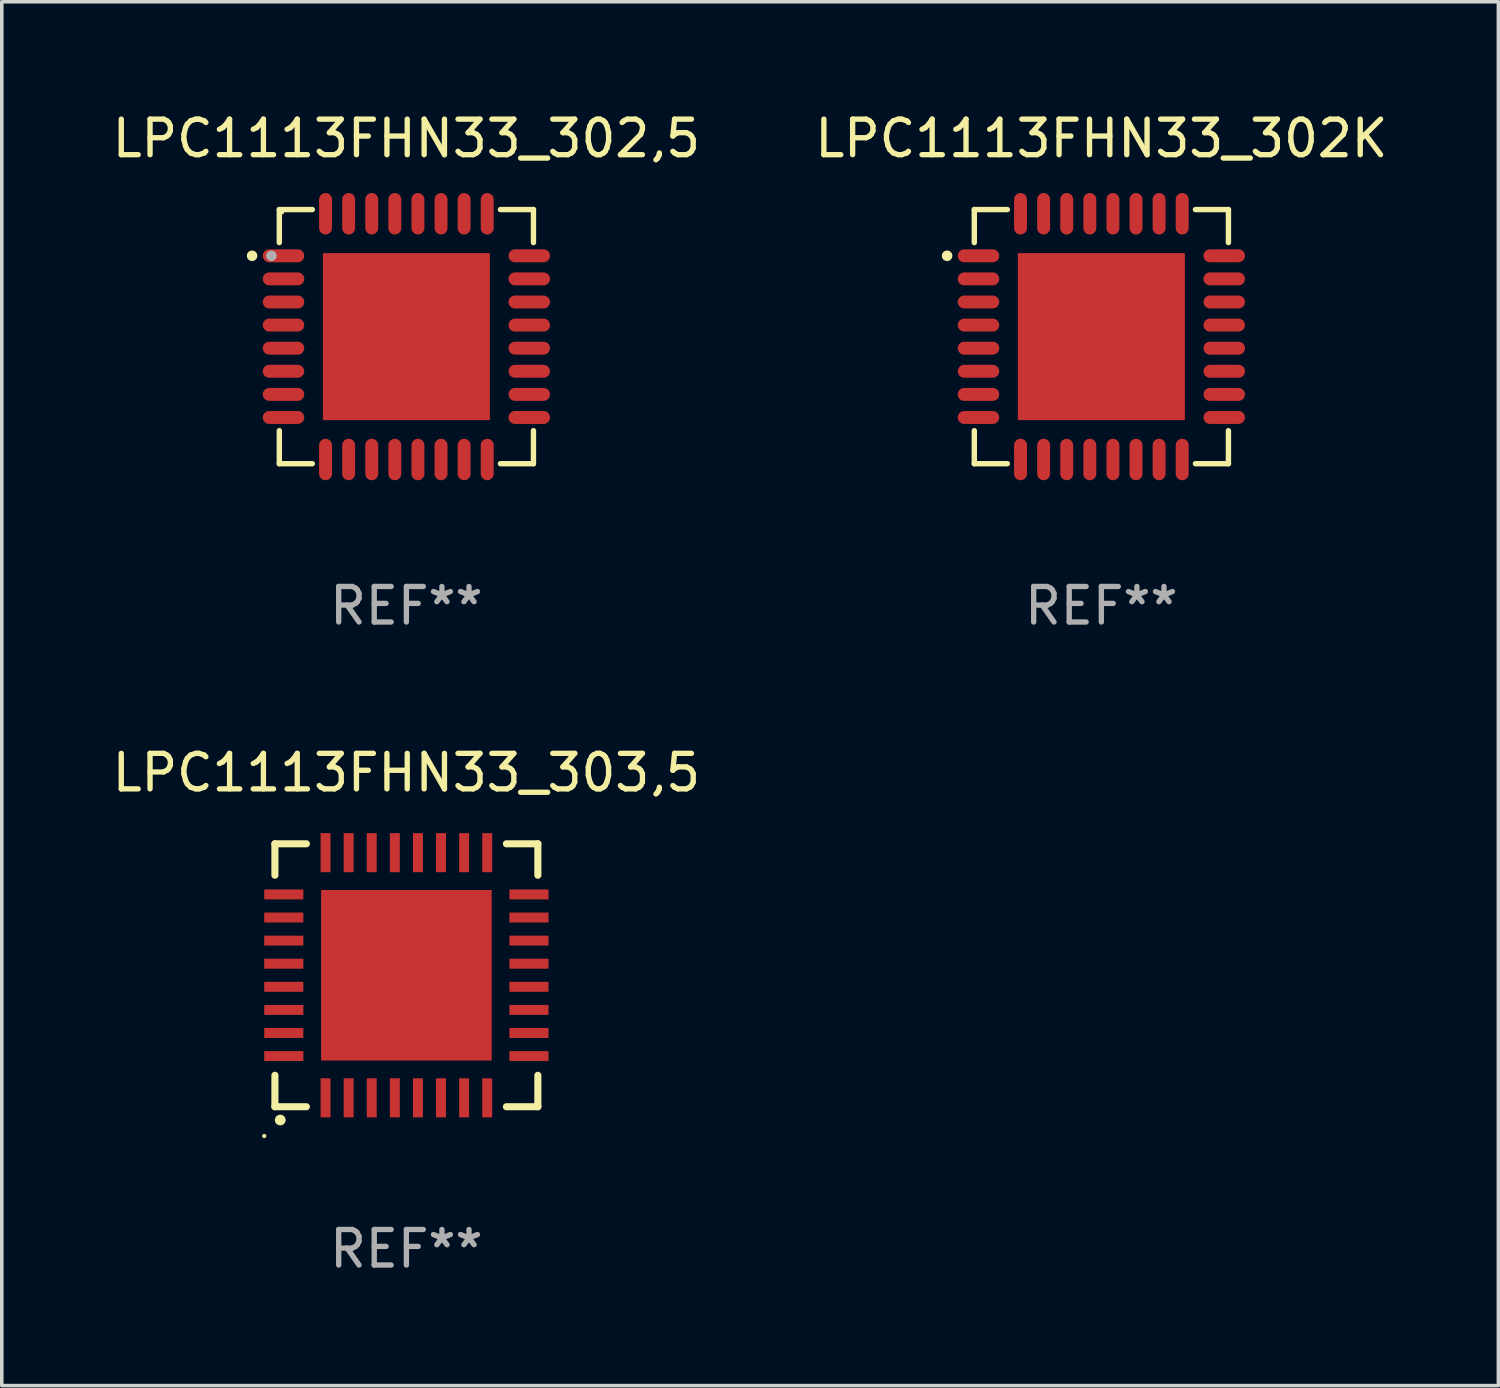
<source format=kicad_pcb>
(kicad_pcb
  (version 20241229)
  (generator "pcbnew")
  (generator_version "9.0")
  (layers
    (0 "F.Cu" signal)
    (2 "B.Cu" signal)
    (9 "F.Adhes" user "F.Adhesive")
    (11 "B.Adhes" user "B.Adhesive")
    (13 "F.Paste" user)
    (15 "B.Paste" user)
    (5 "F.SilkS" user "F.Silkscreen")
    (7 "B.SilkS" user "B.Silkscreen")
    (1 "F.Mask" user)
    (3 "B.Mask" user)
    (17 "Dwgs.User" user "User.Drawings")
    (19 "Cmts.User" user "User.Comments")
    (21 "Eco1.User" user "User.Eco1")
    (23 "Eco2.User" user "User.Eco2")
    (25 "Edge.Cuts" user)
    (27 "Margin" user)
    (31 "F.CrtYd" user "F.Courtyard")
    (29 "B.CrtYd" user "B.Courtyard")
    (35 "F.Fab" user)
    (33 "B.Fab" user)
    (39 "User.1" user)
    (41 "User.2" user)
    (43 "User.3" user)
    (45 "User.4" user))
  (footprint "LPC1113FHN33_302K"
    (layer "F.Cu")
    (at 27.946 6.424)
    (property "Reference" "LPC1113FHN33_302K" (at 0 -5.576 0) (layer "F.SilkS") (effects (font (size 1 1) (thickness 0.15))))
    (attr through_hole)
    (fp_line (start -3.576 -3.576) (end -3.576 -2.647) (stroke (width 0.152) (type solid)) (layer "F.SilkS"))
    (fp_line (start -3.576 3.576) (end -3.576 2.647) (stroke (width 0.152) (type solid)) (layer "F.SilkS"))
    (fp_line (start -2.647 -3.576) (end -3.576 -3.576) (stroke (width 0.152) (type solid)) (layer "F.SilkS"))
    (fp_line (start -2.647 3.576) (end -3.576 3.576) (stroke (width 0.152) (type solid)) (layer "F.SilkS"))
    (fp_line (start 2.647 -3.576) (end 3.576 -3.576) (stroke (width 0.152) (type solid)) (layer "F.SilkS"))
    (fp_line (start 2.647 3.576) (end 3.576 3.576) (stroke (width 0.152) (type solid)) (layer "F.SilkS"))
    (fp_line (start 3.576 -3.576) (end 3.576 -2.647) (stroke (width 0.152) (type solid)) (layer "F.SilkS"))
    (fp_line (start 3.576 3.576) (end 3.576 2.647) (stroke (width 0.152) (type solid)) (layer "F.SilkS"))
    (fp_circle (center -4.342 -2.275) (end -4.267 -2.275) (stroke (width 0.15) (type solid)) (fill no) (layer "F.SilkS"))
    (fp_text user "REF**" (at 0 7.576 0) (layer "F.Fab") (effects (font (size 1 1) (thickness 0.15))))
    (pad "1" smd oval (at -3.458 -2.275 270) (size 0.364 1.167) (layers "F.Cu" "F.Mask" "F.Paste"))
    (pad "2" smd oval (at -3.458 -1.625 270) (size 0.364 1.167) (layers "F.Cu" "F.Mask" "F.Paste"))
    (pad "3" smd oval (at -3.458 -0.975 270) (size 0.364 1.167) (layers "F.Cu" "F.Mask" "F.Paste"))
    (pad "4" smd oval (at -3.458 -0.325 270) (size 0.364 1.167) (layers "F.Cu" "F.Mask" "F.Paste"))
    (pad "5" smd oval (at -3.458 0.325 270) (size 0.364 1.167) (layers "F.Cu" "F.Mask" "F.Paste"))
    (pad "6" smd oval (at -3.458 0.975 270) (size 0.364 1.167) (layers "F.Cu" "F.Mask" "F.Paste"))
    (pad "7" smd oval (at -3.458 1.625 270) (size 0.364 1.167) (layers "F.Cu" "F.Mask" "F.Paste"))
    (pad "8" smd oval (at -3.458 2.275 270) (size 0.364 1.167) (layers "F.Cu" "F.Mask" "F.Paste"))
    (pad "9" smd oval (at -2.275 3.458 270) (size 1.167 0.364) (layers "F.Cu" "F.Mask" "F.Paste"))
    (pad "10" smd oval (at -1.625 3.458 270) (size 1.167 0.364) (layers "F.Cu" "F.Mask" "F.Paste"))
    (pad "11" smd oval (at -0.975 3.458 270) (size 1.167 0.364) (layers "F.Cu" "F.Mask" "F.Paste"))
    (pad "12" smd oval (at -0.325 3.458 270) (size 1.167 0.364) (layers "F.Cu" "F.Mask" "F.Paste"))
    (pad "13" smd oval (at 0.325 3.458 270) (size 1.167 0.364) (layers "F.Cu" "F.Mask" "F.Paste"))
    (pad "14" smd oval (at 0.975 3.458 270) (size 1.167 0.364) (layers "F.Cu" "F.Mask" "F.Paste"))
    (pad "15" smd oval (at 1.625 3.458 270) (size 1.167 0.364) (layers "F.Cu" "F.Mask" "F.Paste"))
    (pad "16" smd oval (at 2.275 3.458 270) (size 1.167 0.364) (layers "F.Cu" "F.Mask" "F.Paste"))
    (pad "17" smd oval (at 3.458 2.275 270) (size 0.364 1.167) (layers "F.Cu" "F.Mask" "F.Paste"))
    (pad "18" smd oval (at 3.458 1.625 270) (size 0.364 1.167) (layers "F.Cu" "F.Mask" "F.Paste"))
    (pad "19" smd oval (at 3.458 0.975 270) (size 0.364 1.167) (layers "F.Cu" "F.Mask" "F.Paste"))
    (pad "20" smd oval (at 3.458 0.325 270) (size 0.364 1.167) (layers "F.Cu" "F.Mask" "F.Paste"))
    (pad "21" smd oval (at 3.458 -0.325 270) (size 0.364 1.167) (layers "F.Cu" "F.Mask" "F.Paste"))
    (pad "22" smd oval (at 3.458 -0.975 270) (size 0.364 1.167) (layers "F.Cu" "F.Mask" "F.Paste"))
    (pad "23" smd oval (at 3.458 -1.625 270) (size 0.364 1.167) (layers "F.Cu" "F.Mask" "F.Paste"))
    (pad "24" smd oval (at 3.458 -2.275 270) (size 0.364 1.167) (layers "F.Cu" "F.Mask" "F.Paste"))
    (pad "25" smd oval (at 2.275 -3.458 270) (size 1.167 0.364) (layers "F.Cu" "F.Mask" "F.Paste"))
    (pad "26" smd oval (at 1.625 -3.458 270) (size 1.167 0.364) (layers "F.Cu" "F.Mask" "F.Paste"))
    (pad "27" smd oval (at 0.975 -3.458 270) (size 1.167 0.364) (layers "F.Cu" "F.Mask" "F.Paste"))
    (pad "28" smd oval (at 0.325 -3.458 270) (size 1.167 0.364) (layers "F.Cu" "F.Mask" "F.Paste"))
    (pad "29" smd oval (at -0.325 -3.458 270) (size 1.167 0.364) (layers "F.Cu" "F.Mask" "F.Paste"))
    (pad "30" smd oval (at -0.975 -3.458 270) (size 1.167 0.364) (layers "F.Cu" "F.Mask" "F.Paste"))
    (pad "31" smd oval (at -1.625 -3.458 270) (size 1.167 0.364) (layers "F.Cu" "F.Mask" "F.Paste"))
    (pad "32" smd oval (at -2.275 -3.458 270) (size 1.167 0.364) (layers "F.Cu" "F.Mask" "F.Paste"))
    (pad "33" smd rect (at 0 0 270) (size 4.7 4.7) (layers "F.Cu" "F.Mask" "F.Paste")))
  (footprint "LPC1113FHN33_303,5"
    (layer "F.Cu")
    (at 8.387 24.397)
    (property "Reference" "LPC1113FHN33_303,5" (at 0 -5.7 0) (layer "F.SilkS") (effects (font (size 1 1) (thickness 0.15))))
    (attr through_hole)
    (fp_line (start -3.7 -3.7) (end -2.815 -3.7) (stroke (width 0.2) (type solid)) (layer "F.SilkS"))
    (fp_line (start -3.7 -2.815) (end -3.7 -3.7) (stroke (width 0.2) (type solid)) (layer "F.SilkS"))
    (fp_line (start -3.7 3.7) (end -3.7 2.815) (stroke (width 0.2) (type solid)) (layer "F.SilkS"))
    (fp_line (start -2.815 3.7) (end -3.7 3.7) (stroke (width 0.2) (type solid)) (layer "F.SilkS"))
    (fp_line (start 2.815 3.7) (end 3.7 3.7) (stroke (width 0.2) (type solid)) (layer "F.SilkS"))
    (fp_line (start 3.7 -3.7) (end 2.815 -3.7) (stroke (width 0.2) (type solid)) (layer "F.SilkS"))
    (fp_line (start 3.7 -2.815) (end 3.7 -3.7) (stroke (width 0.2) (type solid)) (layer "F.SilkS"))
    (fp_line (start 3.7 3.7) (end 3.7 2.815) (stroke (width 0.2) (type solid)) (layer "F.SilkS"))
    (fp_arc (start -3.551308 4.074168) (mid -3.550038 4.074163) (end -3.548768 4.074168) (stroke (width 0.3) (type solid)) (layer "F.SilkS"))
    (fp_circle (center -4 4.524) (end -3.97 4.524) (stroke (width 0.06) (type solid)) (fill no) (layer "F.SilkS"))
    (fp_text user "REF**" (at 0 7.7 0) (layer "F.Fab") (effects (font (size 1 1) (thickness 0.15))))
    (pad "1" smd rect (at -2.275 3.45 180) (size 0.28 1.1) (layers "F.Cu" "F.Mask" "F.Paste"))
    (pad "2" smd rect (at -1.625 3.45 180) (size 0.28 1.1) (layers "F.Cu" "F.Mask" "F.Paste"))
    (pad "3" smd rect (at -0.975 3.45 180) (size 0.28 1.1) (layers "F.Cu" "F.Mask" "F.Paste"))
    (pad "4" smd rect (at -0.325 3.45 180) (size 0.28 1.1) (layers "F.Cu" "F.Mask" "F.Paste"))
    (pad "5" smd rect (at 0.325 3.45 180) (size 0.28 1.1) (layers "F.Cu" "F.Mask" "F.Paste"))
    (pad "6" smd rect (at 0.975 3.45 180) (size 0.28 1.1) (layers "F.Cu" "F.Mask" "F.Paste"))
    (pad "7" smd rect (at 1.625 3.45 180) (size 0.28 1.1) (layers "F.Cu" "F.Mask" "F.Paste"))
    (pad "8" smd rect (at 2.275 3.45 180) (size 0.28 1.1) (layers "F.Cu" "F.Mask" "F.Paste"))
    (pad "9" smd rect (at 3.45 2.275 90) (size 0.28 1.1) (layers "F.Cu" "F.Mask" "F.Paste"))
    (pad "10" smd rect (at 3.45 1.625 90) (size 0.28 1.1) (layers "F.Cu" "F.Mask" "F.Paste"))
    (pad "11" smd rect (at 3.45 0.975 90) (size 0.28 1.1) (layers "F.Cu" "F.Mask" "F.Paste"))
    (pad "12" smd rect (at 3.45 0.325 90) (size 0.28 1.1) (layers "F.Cu" "F.Mask" "F.Paste"))
    (pad "13" smd rect (at 3.45 -0.325 90) (size 0.28 1.1) (layers "F.Cu" "F.Mask" "F.Paste"))
    (pad "14" smd rect (at 3.45 -0.975 90) (size 0.28 1.1) (layers "F.Cu" "F.Mask" "F.Paste"))
    (pad "15" smd rect (at 3.45 -1.625 90) (size 0.28 1.1) (layers "F.Cu" "F.Mask" "F.Paste"))
    (pad "16" smd rect (at 3.45 -2.275 90) (size 0.28 1.1) (layers "F.Cu" "F.Mask" "F.Paste"))
    (pad "17" smd rect (at 2.275 -3.45 180) (size 0.28 1.1) (layers "F.Cu" "F.Mask" "F.Paste"))
    (pad "18" smd rect (at 1.625 -3.45 180) (size 0.28 1.1) (layers "F.Cu" "F.Mask" "F.Paste"))
    (pad "19" smd rect (at 0.975 -3.45 180) (size 0.28 1.1) (layers "F.Cu" "F.Mask" "F.Paste"))
    (pad "20" smd rect (at 0.325 -3.45 180) (size 0.28 1.1) (layers "F.Cu" "F.Mask" "F.Paste"))
    (pad "21" smd rect (at -0.325 -3.45 180) (size 0.28 1.1) (layers "F.Cu" "F.Mask" "F.Paste"))
    (pad "22" smd rect (at -0.975 -3.45 180) (size 0.28 1.1) (layers "F.Cu" "F.Mask" "F.Paste"))
    (pad "23" smd rect (at -1.625 -3.45 180) (size 0.28 1.1) (layers "F.Cu" "F.Mask" "F.Paste"))
    (pad "24" smd rect (at -2.275 -3.45 180) (size 0.28 1.1) (layers "F.Cu" "F.Mask" "F.Paste"))
    (pad "25" smd rect (at -3.45 -2.275 90) (size 0.28 1.1) (layers "F.Cu" "F.Mask" "F.Paste"))
    (pad "26" smd rect (at -3.45 -1.625 90) (size 0.28 1.1) (layers "F.Cu" "F.Mask" "F.Paste"))
    (pad "27" smd rect (at -3.45 -0.975 90) (size 0.28 1.1) (layers "F.Cu" "F.Mask" "F.Paste"))
    (pad "28" smd rect (at -3.45 -0.325 90) (size 0.28 1.1) (layers "F.Cu" "F.Mask" "F.Paste"))
    (pad "29" smd rect (at -3.45 0.325 90) (size 0.28 1.1) (layers "F.Cu" "F.Mask" "F.Paste"))
    (pad "30" smd rect (at -3.45 0.975 90) (size 0.28 1.1) (layers "F.Cu" "F.Mask" "F.Paste"))
    (pad "31" smd rect (at -3.45 1.625 90) (size 0.28 1.1) (layers "F.Cu" "F.Mask" "F.Paste"))
    (pad "32" smd rect (at -3.45 2.275 90) (size 0.28 1.1) (layers "F.Cu" "F.Mask" "F.Paste"))
    (pad "33" smd rect (at 0 0 90) (size 4.8 4.8) (layers "F.Cu" "F.Mask" "F.Paste")))
  (footprint "LPC1113FHN33_302,5"
    (layer "F.Cu")
    (at 8.387 6.424)
    (property "Reference" "LPC1113FHN33_302,5" (at 0 -5.576 0) (layer "F.SilkS") (effects (font (size 1 1) (thickness 0.15))))
    (attr through_hole)
    (fp_line (start -3.576 -3.576) (end -3.576 -2.647) (stroke (width 0.152) (type solid)) (layer "F.SilkS"))
    (fp_line (start -3.576 3.576) (end -3.576 2.647) (stroke (width 0.152) (type solid)) (layer "F.SilkS"))
    (fp_line (start -2.647 -3.576) (end -3.576 -3.576) (stroke (width 0.152) (type solid)) (layer "F.SilkS"))
    (fp_line (start -2.647 3.576) (end -3.576 3.576) (stroke (width 0.152) (type solid)) (layer "F.SilkS"))
    (fp_line (start 2.647 -3.576) (end 3.576 -3.576) (stroke (width 0.152) (type solid)) (layer "F.SilkS"))
    (fp_line (start 2.647 3.576) (end 3.576 3.576) (stroke (width 0.152) (type solid)) (layer "F.SilkS"))
    (fp_line (start 3.576 -3.576) (end 3.576 -2.647) (stroke (width 0.152) (type solid)) (layer "F.SilkS"))
    (fp_line (start 3.576 3.576) (end 3.576 2.647) (stroke (width 0.152) (type solid)) (layer "F.SilkS"))
    (fp_circle (center -4.342 -2.275) (end -4.267 -2.275) (stroke (width 0.15) (type solid)) (fill no) (layer "F.SilkS"))
    (fp_circle (center -3.5 -3.5) (end -3.47 -3.5) (stroke (width 0.06) (type solid)) (fill no) (layer "F.SilkS"))
    (fp_circle (center -3.8 -2.275) (end -3.725 -2.275) (stroke (width 0.15) (type solid)) (fill no) (layer "F.Fab"))
    (fp_text user "REF**" (at 0 7.576 0) (layer "F.Fab") (effects (font (size 1 1) (thickness 0.15))))
    (pad "1" smd oval (at -3.458 -2.275 270) (size 0.364 1.167) (layers "F.Cu" "F.Mask" "F.Paste"))
    (pad "2" smd oval (at -3.458 -1.625 270) (size 0.364 1.167) (layers "F.Cu" "F.Mask" "F.Paste"))
    (pad "3" smd oval (at -3.458 -0.975 270) (size 0.364 1.167) (layers "F.Cu" "F.Mask" "F.Paste"))
    (pad "4" smd oval (at -3.458 -0.325 270) (size 0.364 1.167) (layers "F.Cu" "F.Mask" "F.Paste"))
    (pad "5" smd oval (at -3.458 0.325 270) (size 0.364 1.167) (layers "F.Cu" "F.Mask" "F.Paste"))
    (pad "6" smd oval (at -3.458 0.975 270) (size 0.364 1.167) (layers "F.Cu" "F.Mask" "F.Paste"))
    (pad "7" smd oval (at -3.458 1.625 270) (size 0.364 1.167) (layers "F.Cu" "F.Mask" "F.Paste"))
    (pad "8" smd oval (at -3.458 2.275 270) (size 0.364 1.167) (layers "F.Cu" "F.Mask" "F.Paste"))
    (pad "9" smd oval (at -2.275 3.458 270) (size 1.167 0.364) (layers "F.Cu" "F.Mask" "F.Paste"))
    (pad "10" smd oval (at -1.625 3.458 270) (size 1.167 0.364) (layers "F.Cu" "F.Mask" "F.Paste"))
    (pad "11" smd oval (at -0.975 3.458 270) (size 1.167 0.364) (layers "F.Cu" "F.Mask" "F.Paste"))
    (pad "12" smd oval (at -0.325 3.458 270) (size 1.167 0.364) (layers "F.Cu" "F.Mask" "F.Paste"))
    (pad "13" smd oval (at 0.325 3.458 270) (size 1.167 0.364) (layers "F.Cu" "F.Mask" "F.Paste"))
    (pad "14" smd oval (at 0.975 3.458 270) (size 1.167 0.364) (layers "F.Cu" "F.Mask" "F.Paste"))
    (pad "15" smd oval (at 1.625 3.458 270) (size 1.167 0.364) (layers "F.Cu" "F.Mask" "F.Paste"))
    (pad "16" smd oval (at 2.275 3.458 270) (size 1.167 0.364) (layers "F.Cu" "F.Mask" "F.Paste"))
    (pad "17" smd oval (at 3.458 2.275 270) (size 0.364 1.167) (layers "F.Cu" "F.Mask" "F.Paste"))
    (pad "18" smd oval (at 3.458 1.625 270) (size 0.364 1.167) (layers "F.Cu" "F.Mask" "F.Paste"))
    (pad "19" smd oval (at 3.458 0.975 270) (size 0.364 1.167) (layers "F.Cu" "F.Mask" "F.Paste"))
    (pad "20" smd oval (at 3.458 0.325 270) (size 0.364 1.167) (layers "F.Cu" "F.Mask" "F.Paste"))
    (pad "21" smd oval (at 3.458 -0.325 270) (size 0.364 1.167) (layers "F.Cu" "F.Mask" "F.Paste"))
    (pad "22" smd oval (at 3.458 -0.975 270) (size 0.364 1.167) (layers "F.Cu" "F.Mask" "F.Paste"))
    (pad "23" smd oval (at 3.458 -1.625 270) (size 0.364 1.167) (layers "F.Cu" "F.Mask" "F.Paste"))
    (pad "24" smd oval (at 3.458 -2.275 270) (size 0.364 1.167) (layers "F.Cu" "F.Mask" "F.Paste"))
    (pad "25" smd oval (at 2.275 -3.458 270) (size 1.167 0.364) (layers "F.Cu" "F.Mask" "F.Paste"))
    (pad "26" smd oval (at 1.625 -3.458 270) (size 1.167 0.364) (layers "F.Cu" "F.Mask" "F.Paste"))
    (pad "27" smd oval (at 0.975 -3.458 270) (size 1.167 0.364) (layers "F.Cu" "F.Mask" "F.Paste"))
    (pad "28" smd oval (at 0.325 -3.458 270) (size 1.167 0.364) (layers "F.Cu" "F.Mask" "F.Paste"))
    (pad "29" smd oval (at -0.325 -3.458 270) (size 1.167 0.364) (layers "F.Cu" "F.Mask" "F.Paste"))
    (pad "30" smd oval (at -0.975 -3.458 270) (size 1.167 0.364) (layers "F.Cu" "F.Mask" "F.Paste"))
    (pad "31" smd oval (at -1.625 -3.458 270) (size 1.167 0.364) (layers "F.Cu" "F.Mask" "F.Paste"))
    (pad "32" smd oval (at -2.275 -3.458 270) (size 1.167 0.364) (layers "F.Cu" "F.Mask" "F.Paste"))
    (pad "33" smd rect (at 0 0) (size 4.7 4.7) (layers "F.Cu" "F.Mask" "F.Paste")))
  (gr_rect
    (start -3 -3)
    (end 39.119 35.945)
    (stroke (width 0.1) (type default))
    (fill no)
    (layer "Edge.Cuts")))
</source>
